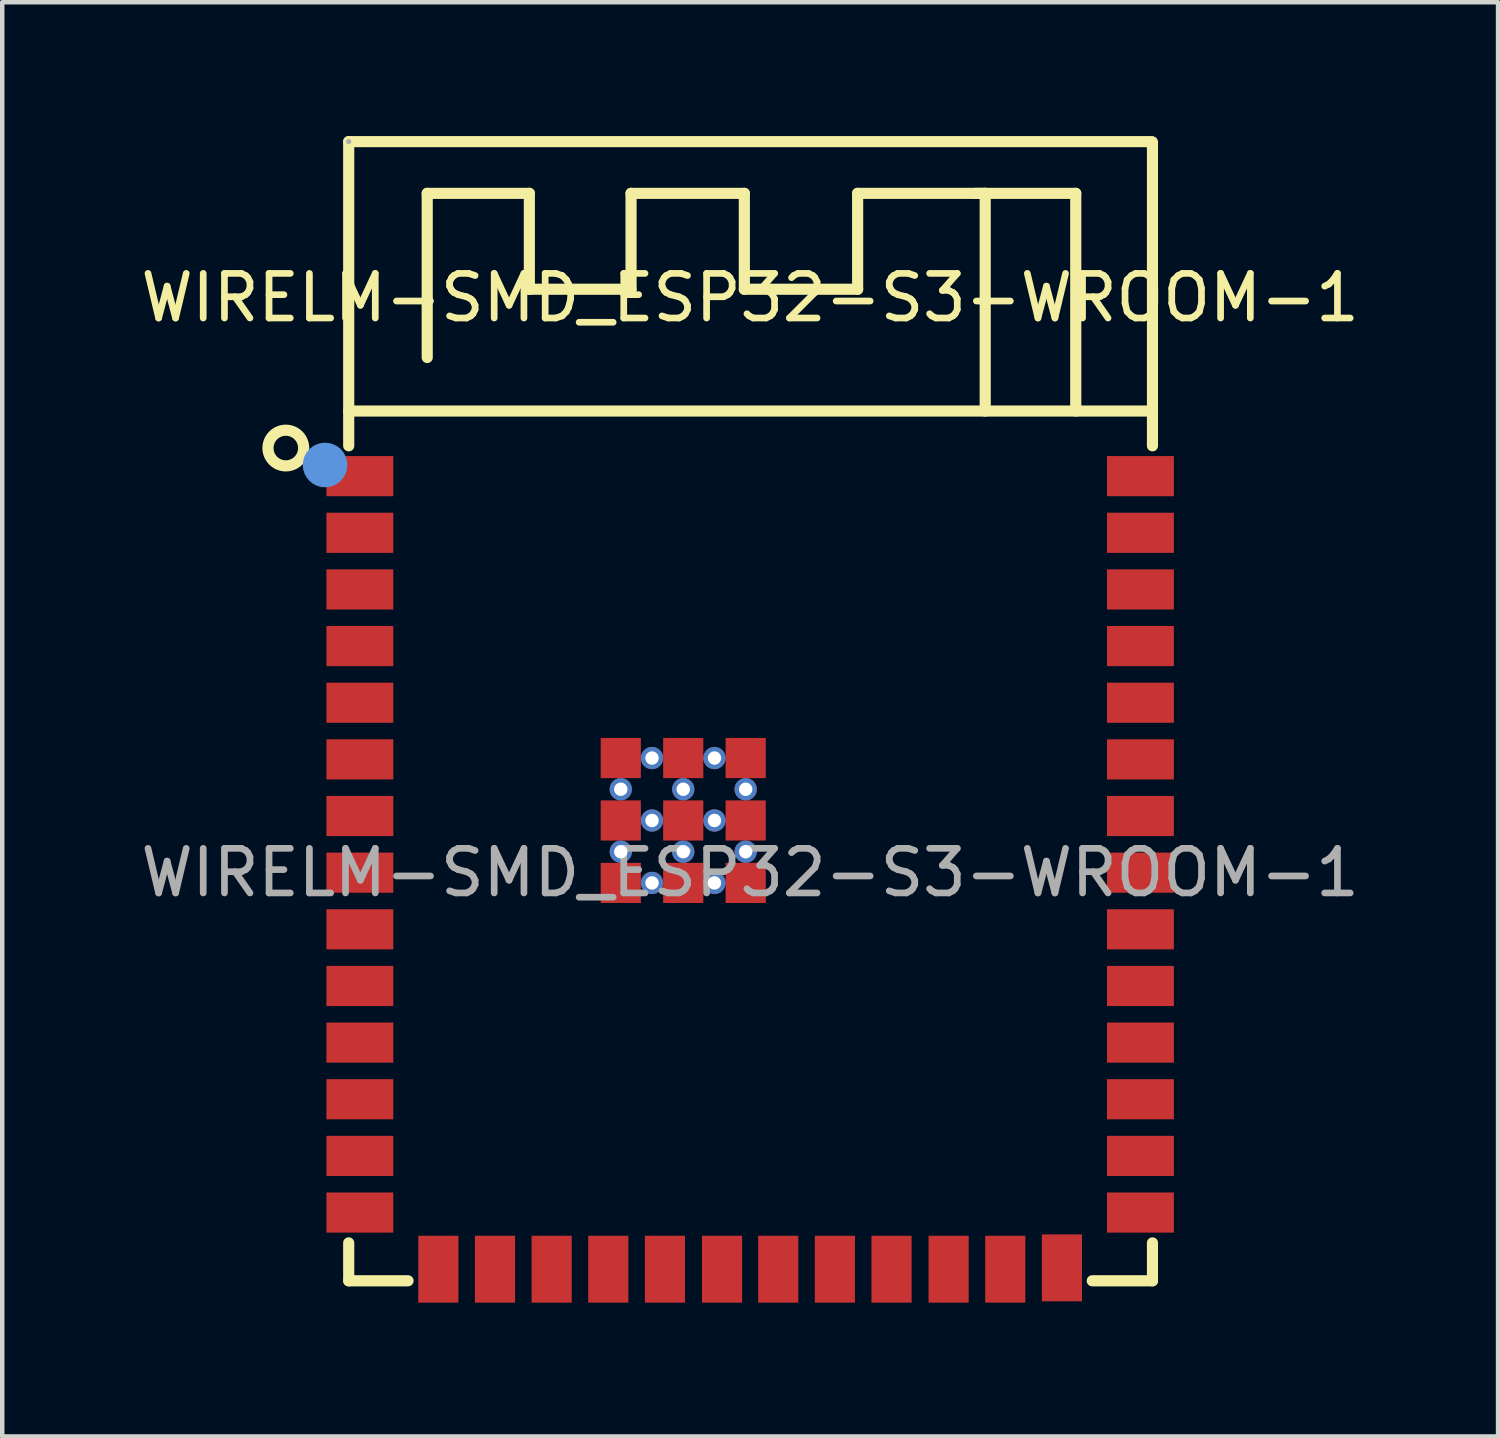
<source format=kicad_pcb>
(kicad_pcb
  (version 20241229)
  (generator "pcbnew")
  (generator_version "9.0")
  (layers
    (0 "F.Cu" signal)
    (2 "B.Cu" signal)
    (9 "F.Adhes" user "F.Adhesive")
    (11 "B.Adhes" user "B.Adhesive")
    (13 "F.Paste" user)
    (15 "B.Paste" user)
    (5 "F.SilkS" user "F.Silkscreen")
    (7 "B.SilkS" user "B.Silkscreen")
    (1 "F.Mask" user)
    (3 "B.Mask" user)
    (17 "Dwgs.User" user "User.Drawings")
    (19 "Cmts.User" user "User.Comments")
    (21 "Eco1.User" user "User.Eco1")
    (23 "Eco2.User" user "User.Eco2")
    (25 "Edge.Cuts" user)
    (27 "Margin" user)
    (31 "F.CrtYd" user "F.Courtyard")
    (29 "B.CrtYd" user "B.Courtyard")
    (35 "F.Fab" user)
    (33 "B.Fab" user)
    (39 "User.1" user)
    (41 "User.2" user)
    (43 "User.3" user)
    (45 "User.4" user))
  (footprint "WIRELM-SMD_ESP32-S3-WROOM-1"
    (layer "F.Cu")
    (at 13.768 16.515)
    (property "Reference" "WIRELM-SMD_ESP32-S3-WROOM-1" (at 0 -12.89 0) (layer "F.SilkS") (effects (font (size 1 1) (thickness 0.15))))
    (attr smd)
    (fp_line (start -9 -16.39) (end -9 -9.57) (stroke (width 0.25) (type solid)) (layer "F.SilkS"))
    (fp_line (start -9 -10.35) (end 9.02 -10.35) (stroke (width 0.25) (type solid)) (layer "F.SilkS"))
    (fp_line (start -9 8.3) (end -9 9.15) (stroke (width 0.25) (type solid)) (layer "F.SilkS"))
    (fp_line (start -9 9.15) (end -7.67 9.15) (stroke (width 0.25) (type solid)) (layer "F.SilkS"))
    (fp_line (start -7.24 -15.23) (end -7.24 -11.55) (stroke (width 0.25) (type solid)) (layer "F.SilkS"))
    (fp_line (start -4.95 -15.23) (end -7.24 -15.23) (stroke (width 0.25) (type solid)) (layer "F.SilkS"))
    (fp_line (start -4.95 -13.08) (end -4.95 -15.23) (stroke (width 0.25) (type solid)) (layer "F.SilkS"))
    (fp_line (start -2.67 -15.23) (end -2.67 -13.08) (stroke (width 0.25) (type solid)) (layer "F.SilkS"))
    (fp_line (start -2.67 -13.08) (end -4.95 -13.08) (stroke (width 0.25) (type solid)) (layer "F.SilkS"))
    (fp_line (start -0.13 -15.23) (end -2.67 -15.23) (stroke (width 0.25) (type solid)) (layer "F.SilkS"))
    (fp_line (start -0.13 -13.08) (end -0.13 -15.23) (stroke (width 0.25) (type solid)) (layer "F.SilkS"))
    (fp_line (start 2.41 -15.23) (end 2.41 -13.08) (stroke (width 0.25) (type solid)) (layer "F.SilkS"))
    (fp_line (start 2.41 -13.08) (end -0.13 -13.08) (stroke (width 0.25) (type solid)) (layer "F.SilkS"))
    (fp_line (start 5.27 -15.23) (end 2.41 -15.23) (stroke (width 0.25) (type solid)) (layer "F.SilkS"))
    (fp_line (start 5.27 -10.35) (end 5.27 -15.23) (stroke (width 0.25) (type solid)) (layer "F.SilkS"))
    (fp_line (start 7.3 -15.23) (end 5.06 -15.23) (stroke (width 0.25) (type solid)) (layer "F.SilkS"))
    (fp_line (start 7.3 -10.35) (end 7.3 -15.23) (stroke (width 0.25) (type solid)) (layer "F.SilkS"))
    (fp_line (start 7.67 9.15) (end 9.02 9.15) (stroke (width 0.25) (type solid)) (layer "F.SilkS"))
    (fp_line (start 9 -16.39) (end -9 -16.39) (stroke (width 0.25) (type solid)) (layer "F.SilkS"))
    (fp_line (start 9.02 -9.57) (end 9.02 -16.38) (stroke (width 0.25) (type solid)) (layer "F.SilkS"))
    (fp_line (start 9.02 9.15) (end 9.02 8.3) (stroke (width 0.25) (type solid)) (layer "F.SilkS"))
    (fp_circle (center -10.41 -9.52) (end -10.01 -9.52) (stroke (width 0.25) (type solid)) (fill no) (layer "F.SilkS"))
    (fp_circle (center -9.53 -9.14) (end -9.28 -9.14) (stroke (width 0.5) (type solid)) (fill no) (layer "Cmts.User"))
    (fp_circle (center -9 -16.39) (end -8.97 -16.39) (stroke (width 0.06) (type solid)) (fill no) (layer "F.Fab"))
    (fp_text user "${REFERENCE}" (at 0 0 0) (layer "F.Fab") (effects (font (size 1 1) (thickness 0.15))))
    (pad "" thru_hole circle (at -2.9 -1.87) (size 0.5 0.5) (drill 0.3) (layers "*.Cu" "*.Paste" "*.Mask"))
    (pad "" thru_hole circle (at -2.9 -0.47) (size 0.5 0.5) (drill 0.3) (layers "*.Cu" "*.Paste" "*.Mask"))
    (pad "" thru_hole circle (at -2.2 -2.57) (size 0.5 0.5) (drill 0.3) (layers "*.Cu" "*.Paste" "*.Mask"))
    (pad "" thru_hole circle (at -2.2 -1.17) (size 0.5 0.5) (drill 0.3) (layers "*.Cu" "*.Paste" "*.Mask"))
    (pad "" thru_hole circle (at -2.2 0.23) (size 0.5 0.5) (drill 0.3) (layers "*.Cu" "*.Paste" "*.Mask"))
    (pad "" thru_hole circle (at -1.5 -1.87) (size 0.5 0.5) (drill 0.3) (layers "*.Cu" "*.Paste" "*.Mask"))
    (pad "" thru_hole circle (at -1.5 -0.47) (size 0.5 0.5) (drill 0.3) (layers "*.Cu" "*.Paste" "*.Mask"))
    (pad "" thru_hole circle (at -0.8 -2.57) (size 0.5 0.5) (drill 0.3) (layers "*.Cu" "*.Paste" "*.Mask"))
    (pad "" thru_hole circle (at -0.8 -1.17) (size 0.5 0.5) (drill 0.3) (layers "*.Cu" "*.Paste" "*.Mask"))
    (pad "" thru_hole circle (at -0.8 0.23) (size 0.5 0.5) (drill 0.3) (layers "*.Cu" "*.Paste" "*.Mask"))
    (pad "" thru_hole circle (at -0.1 -1.87) (size 0.5 0.5) (drill 0.3) (layers "*.Cu" "*.Paste" "*.Mask"))
    (pad "" thru_hole circle (at -0.1 -0.47) (size 0.5 0.5) (drill 0.3) (layers "*.Cu" "*.Paste" "*.Mask"))
    (pad "1" smd rect (at -8.75 -8.89) (size 1.5 0.9) (layers "F.Cu" "F.Mask" "F.Paste"))
    (pad "2" smd rect (at -8.75 -7.62) (size 1.5 0.9) (layers "F.Cu" "F.Mask" "F.Paste"))
    (pad "3" smd rect (at -8.75 -6.35) (size 1.5 0.9) (layers "F.Cu" "F.Mask" "F.Paste"))
    (pad "4" smd rect (at -8.75 -5.08) (size 1.5 0.9) (layers "F.Cu" "F.Mask" "F.Paste"))
    (pad "5" smd rect (at -8.75 -3.81) (size 1.5 0.9) (layers "F.Cu" "F.Mask" "F.Paste"))
    (pad "6" smd rect (at -8.75 -2.54) (size 1.5 0.9) (layers "F.Cu" "F.Mask" "F.Paste"))
    (pad "7" smd rect (at -8.75 -1.27) (size 1.5 0.9) (layers "F.Cu" "F.Mask" "F.Paste"))
    (pad "8" smd rect (at -8.75 0) (size 1.5 0.9) (layers "F.Cu" "F.Mask" "F.Paste"))
    (pad "9" smd rect (at -8.75 1.27) (size 1.5 0.9) (layers "F.Cu" "F.Mask" "F.Paste"))
    (pad "10" smd rect (at -8.75 2.54) (size 1.5 0.9) (layers "F.Cu" "F.Mask" "F.Paste"))
    (pad "11" smd rect (at -8.75 3.81) (size 1.5 0.9) (layers "F.Cu" "F.Mask" "F.Paste"))
    (pad "12" smd rect (at -8.75 5.08) (size 1.5 0.9) (layers "F.Cu" "F.Mask" "F.Paste"))
    (pad "13" smd rect (at -8.75 6.35) (size 1.5 0.9) (layers "F.Cu" "F.Mask" "F.Paste"))
    (pad "14" smd rect (at -8.75 7.62) (size 1.5 0.9) (layers "F.Cu" "F.Mask" "F.Paste"))
    (pad "15" smd rect (at -6.99 8.89 90) (size 1.5 0.9) (layers "F.Cu" "F.Mask" "F.Paste"))
    (pad "16" smd rect (at -5.72 8.89 90) (size 1.5 0.9) (layers "F.Cu" "F.Mask" "F.Paste"))
    (pad "17" smd rect (at -4.45 8.89 90) (size 1.5 0.9) (layers "F.Cu" "F.Mask" "F.Paste"))
    (pad "18" smd rect (at -3.18 8.89 90) (size 1.5 0.9) (layers "F.Cu" "F.Mask" "F.Paste"))
    (pad "19" smd rect (at -1.91 8.89 90) (size 1.5 0.9) (layers "F.Cu" "F.Mask" "F.Paste"))
    (pad "20" smd rect (at -0.63 8.89 90) (size 1.5 0.9) (layers "F.Cu" "F.Mask" "F.Paste"))
    (pad "21" smd rect (at 0.63 8.89 90) (size 1.5 0.9) (layers "F.Cu" "F.Mask" "F.Paste"))
    (pad "22" smd rect (at 1.9 8.89 90) (size 1.5 0.9) (layers "F.Cu" "F.Mask" "F.Paste"))
    (pad "23" smd rect (at 3.17 8.89 90) (size 1.5 0.9) (layers "F.Cu" "F.Mask" "F.Paste"))
    (pad "24" smd rect (at 4.45 8.89 90) (size 1.5 0.9) (layers "F.Cu" "F.Mask" "F.Paste"))
    (pad "25" smd rect (at 5.72 8.89 90) (size 1.5 0.9) (layers "F.Cu" "F.Mask" "F.Paste"))
    (pad "26" smd rect (at 6.99 8.86 90) (size 1.5 0.9) (layers "F.Cu" "F.Mask" "F.Paste"))
    (pad "27" smd rect (at 8.75 7.62 180) (size 1.5 0.9) (layers "F.Cu" "F.Mask" "F.Paste"))
    (pad "28" smd rect (at 8.75 6.35 180) (size 1.5 0.9) (layers "F.Cu" "F.Mask" "F.Paste"))
    (pad "29" smd rect (at 8.75 5.08 180) (size 1.5 0.9) (layers "F.Cu" "F.Mask" "F.Paste"))
    (pad "30" smd rect (at 8.75 3.81 180) (size 1.5 0.9) (layers "F.Cu" "F.Mask" "F.Paste"))
    (pad "31" smd rect (at 8.75 2.54 180) (size 1.5 0.9) (layers "F.Cu" "F.Mask" "F.Paste"))
    (pad "32" smd rect (at 8.75 1.27 180) (size 1.5 0.9) (layers "F.Cu" "F.Mask" "F.Paste"))
    (pad "33" smd rect (at 8.75 0 180) (size 1.5 0.9) (layers "F.Cu" "F.Mask" "F.Paste"))
    (pad "34" smd rect (at 8.75 -1.27 180) (size 1.5 0.9) (layers "F.Cu" "F.Mask" "F.Paste"))
    (pad "35" smd rect (at 8.75 -2.54 180) (size 1.5 0.9) (layers "F.Cu" "F.Mask" "F.Paste"))
    (pad "36" smd rect (at 8.75 -3.81 180) (size 1.5 0.9) (layers "F.Cu" "F.Mask" "F.Paste"))
    (pad "37" smd rect (at 8.75 -5.08 180) (size 1.5 0.9) (layers "F.Cu" "F.Mask" "F.Paste"))
    (pad "38" smd rect (at 8.75 -6.35 180) (size 1.5 0.9) (layers "F.Cu" "F.Mask" "F.Paste"))
    (pad "39" smd rect (at 8.75 -7.62 180) (size 1.5 0.9) (layers "F.Cu" "F.Mask" "F.Paste"))
    (pad "40" smd rect (at 8.75 -8.89 180) (size 1.5 0.9) (layers "F.Cu" "F.Mask" "F.Paste"))
    (pad "41" smd rect (at -2.9 -2.57 90) (size 0.9 0.9) (layers "F.Cu" "F.Mask" "F.Paste"))
    (pad "41" smd rect (at -2.9 -1.17 90) (size 0.9 0.9) (layers "F.Cu" "F.Mask" "F.Paste"))
    (pad "41" smd rect (at -2.9 0.23 90) (size 0.9 0.9) (layers "F.Cu" "F.Mask" "F.Paste"))
    (pad "41" smd rect (at -1.5 -2.57 90) (size 0.9 0.9) (layers "F.Cu" "F.Mask" "F.Paste"))
    (pad "41" smd rect (at -1.5 -1.17 90) (size 0.9 0.9) (layers "F.Cu" "F.Mask" "F.Paste"))
    (pad "41" smd rect (at -1.5 0.23 90) (size 0.9 0.9) (layers "F.Cu" "F.Mask" "F.Paste"))
    (pad "41" smd rect (at -0.1 -2.57 90) (size 0.9 0.9) (layers "F.Cu" "F.Mask" "F.Paste"))
    (pad "41" smd rect (at -0.1 -1.17 90) (size 0.9 0.9) (layers "F.Cu" "F.Mask" "F.Paste"))
    (pad "41" smd rect (at -0.1 0.23 90) (size 0.9 0.9) (layers "F.Cu" "F.Mask" "F.Paste")))
  (gr_rect
    (start -3 -3)
    (end 30.536 29.155)
    (stroke (width 0.1) (type default))
    (fill no)
    (layer "Edge.Cuts")))
</source>
